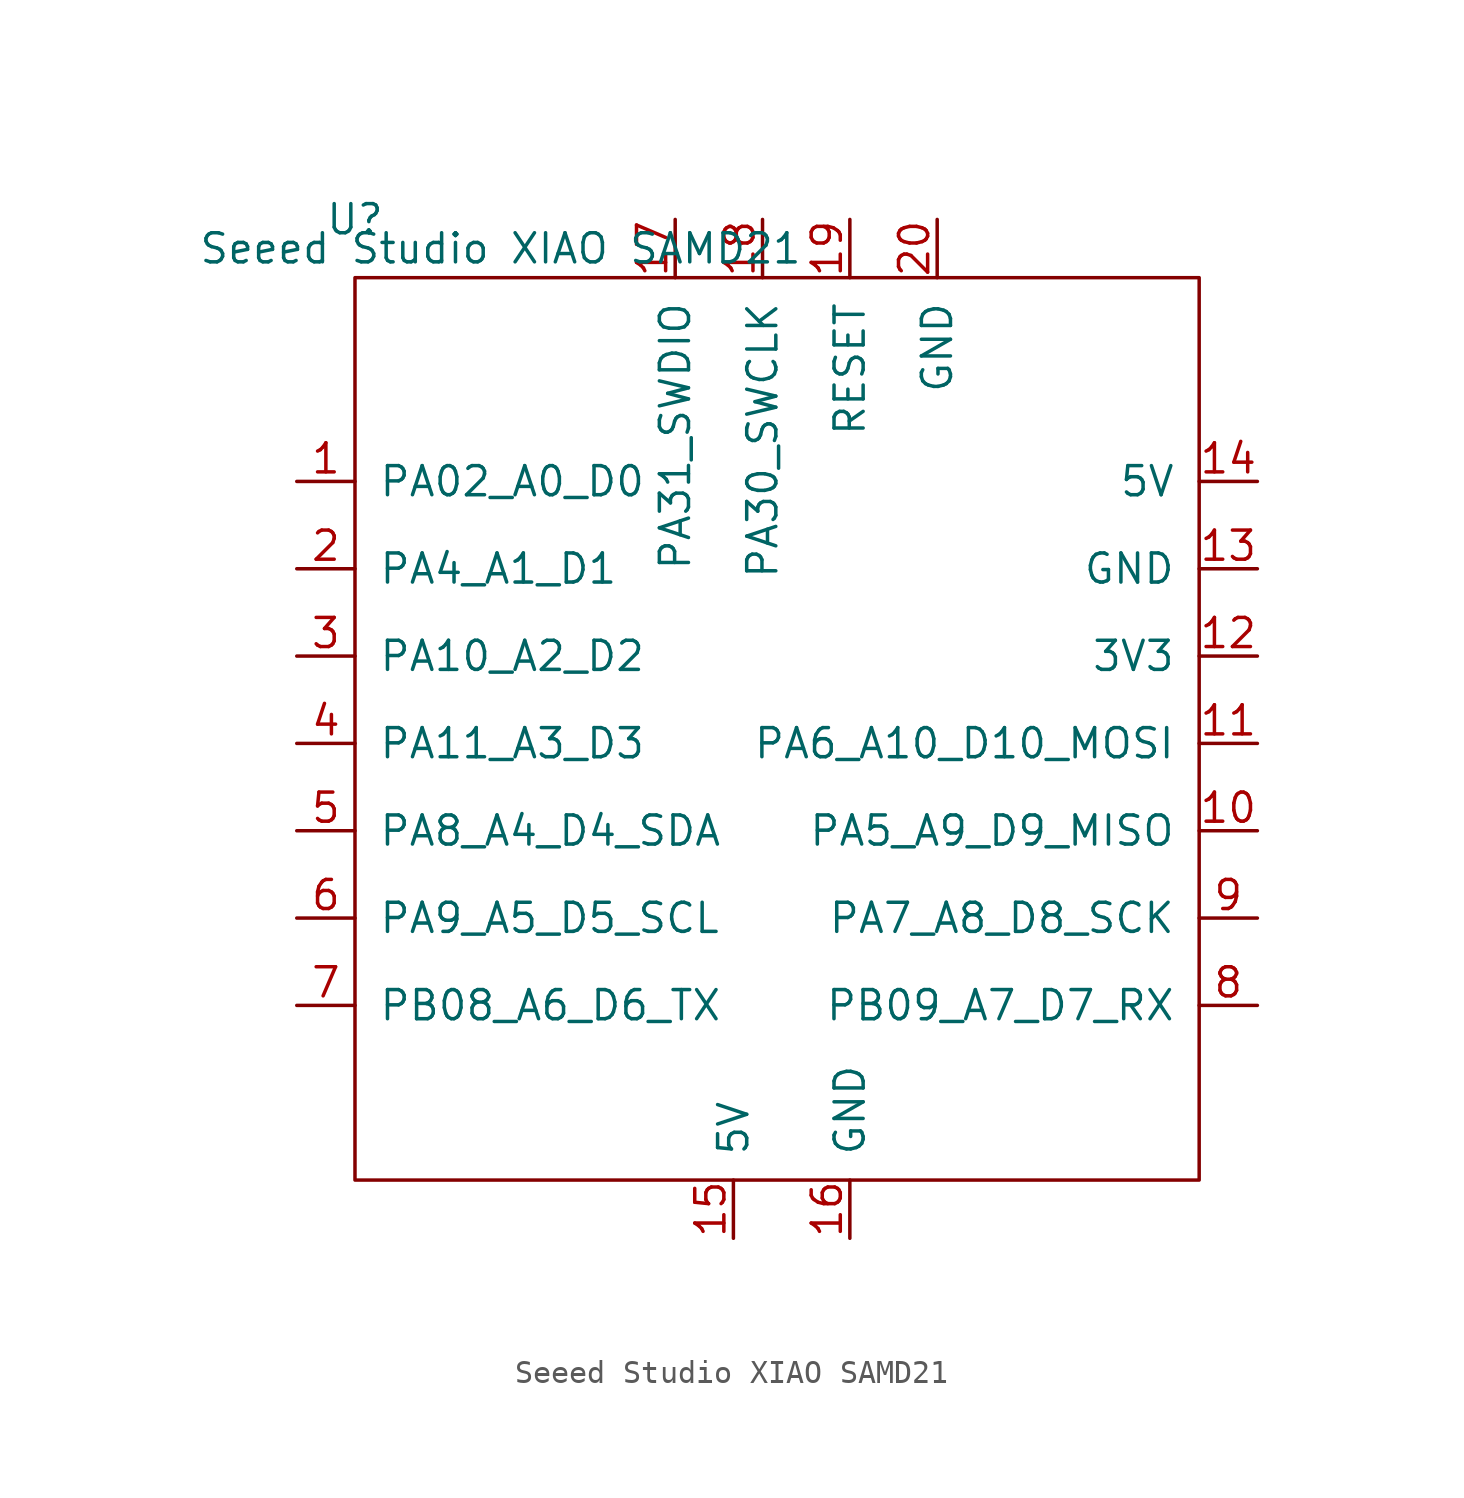
<source format=kicad_sym>
(kicad_symbol_lib
  (version 20211014)
  (generator kicad_symbol_editor)
  (symbol "Seeed Studio XIAO SAMD21"
    (pin_names
      (offset 1.016))
    (property "Reference" "U"
      (at -19.05 22.86 0)
      (effects (font (size 1.27 1.27))))
    (property "Value" "Seeed Studio XIAO SAMD21"
      (at -12.7 21.59 0)
      (effects (font (size 1.27 1.27))))
    (symbol "Seeed Studio XIAO SAMD21_0_1"
      (rectangle (start -19.05 20.32) (end 17.78 -19.05) (stroke (width 0) (type default) (color 0 0 0 0)) (fill (type none))))
    (symbol "Seeed Studio XIAO SAMD21_1_1"
      (pin unspecified line (at -21.59 11.43 0) (length 2.54) (name "PA02_A0_D0" (effects (font (size 1.27 1.27)))) (number "1" (effects (font (size 1.27 1.27)))))
      (pin unspecified line (at 20.32 -3.81 180) (length 2.54) (name "PA5_A9_D9_MISO" (effects (font (size 1.27 1.27)))) (number "10" (effects (font (size 1.27 1.27)))))
      (pin unspecified line (at 20.32 0 180) (length 2.54) (name "PA6_A10_D10_MOSI" (effects (font (size 1.27 1.27)))) (number "11" (effects (font (size 1.27 1.27)))))
      (pin unspecified line (at 20.32 3.81 180) (length 2.54) (name "3V3" (effects (font (size 1.27 1.27)))) (number "12" (effects (font (size 1.27 1.27)))))
      (pin unspecified line (at 20.32 7.62 180) (length 2.54) (name "GND" (effects (font (size 1.27 1.27)))) (number "13" (effects (font (size 1.27 1.27)))))
      (pin unspecified line (at 20.32 11.43 180) (length 2.54) (name "5V" (effects (font (size 1.27 1.27)))) (number "14" (effects (font (size 1.27 1.27)))))
      (pin input line (at -2.54 -21.59 90) (length 2.54) (name "5V" (effects (font (size 1.27 1.27)))) (number "15" (effects (font (size 1.27 1.27)))))
      (pin input line (at 2.54 -21.59 90) (length 2.54) (name "GND" (effects (font (size 1.27 1.27)))) (number "16" (effects (font (size 1.27 1.27)))))
      (pin input line (at -5.08 22.86 270) (length 2.54) (name "PA31_SWDIO" (effects (font (size 1.27 1.27)))) (number "17" (effects (font (size 1.27 1.27)))))
      (pin input line (at -1.27 22.86 270) (length 2.54) (name "PA30_SWCLK" (effects (font (size 1.27 1.27)))) (number "18" (effects (font (size 1.27 1.27)))))
      (pin input line (at 2.54 22.86 270) (length 2.54) (name "RESET" (effects (font (size 1.27 1.27)))) (number "19" (effects (font (size 1.27 1.27)))))
      (pin unspecified line (at -21.59 7.62 0) (length 2.54) (name "PA4_A1_D1" (effects (font (size 1.27 1.27)))) (number "2" (effects (font (size 1.27 1.27)))))
      (pin input line (at 6.35 22.86 270) (length 2.54) (name "GND" (effects (font (size 1.27 1.27)))) (number "20" (effects (font (size 1.27 1.27)))))
      (pin unspecified line (at -21.59 3.81 0) (length 2.54) (name "PA10_A2_D2" (effects (font (size 1.27 1.27)))) (number "3" (effects (font (size 1.27 1.27)))))
      (pin unspecified line (at -21.59 0 0) (length 2.54) (name "PA11_A3_D3" (effects (font (size 1.27 1.27)))) (number "4" (effects (font (size 1.27 1.27)))))
      (pin unspecified line (at -21.59 -3.81 0) (length 2.54) (name "PA8_A4_D4_SDA" (effects (font (size 1.27 1.27)))) (number "5" (effects (font (size 1.27 1.27)))))
      (pin unspecified line (at -21.59 -7.62 0) (length 2.54) (name "PA9_A5_D5_SCL" (effects (font (size 1.27 1.27)))) (number "6" (effects (font (size 1.27 1.27)))))
      (pin unspecified line (at -21.59 -11.43 0) (length 2.54) (name "PB08_A6_D6_TX" (effects (font (size 1.27 1.27)))) (number "7" (effects (font (size 1.27 1.27)))))
      (pin unspecified line (at 20.32 -11.43 180) (length 2.54) (name "PB09_A7_D7_RX" (effects (font (size 1.27 1.27)))) (number "8" (effects (font (size 1.27 1.27)))))
      (pin unspecified line (at 20.32 -7.62 180) (length 2.54) (name "PA7_A8_D8_SCK" (effects (font (size 1.27 1.27)))) (number "9" (effects (font (size 1.27 1.27))))))))
</source>
